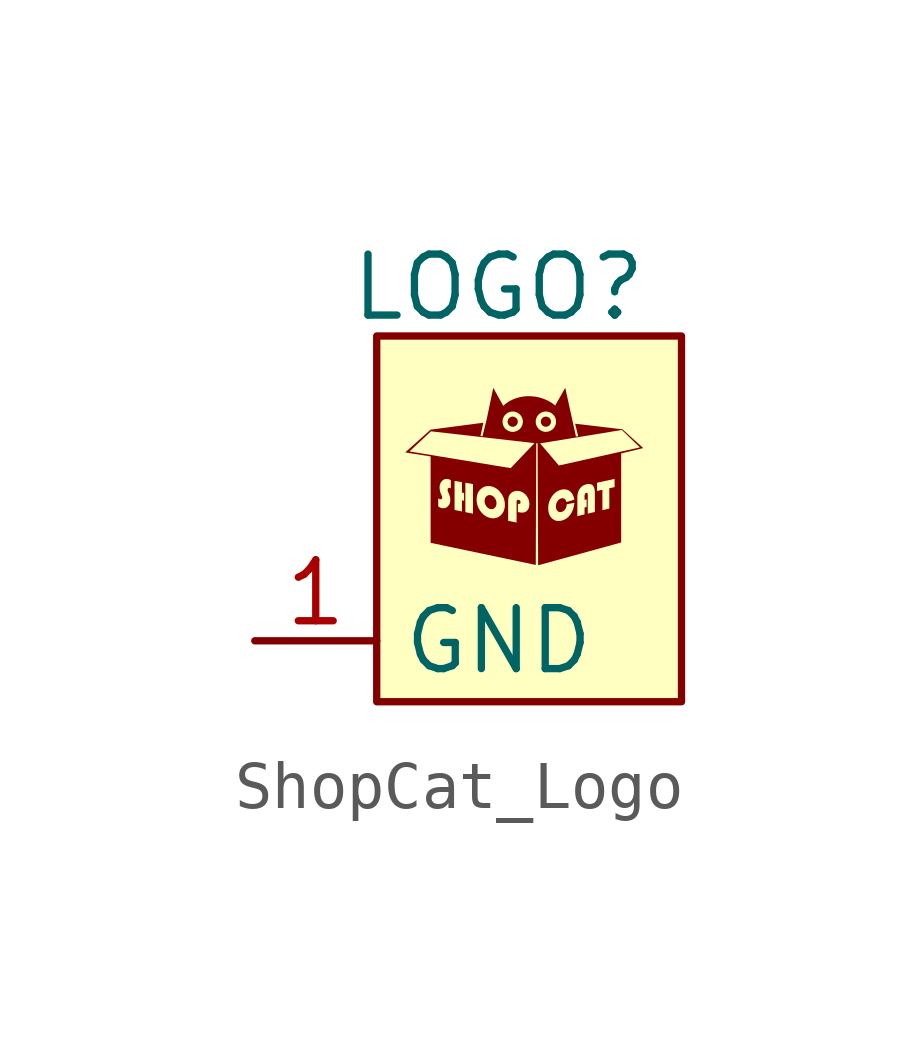
<source format=kicad_sym>
(kicad_symbol_lib
  (version 20241209)
  (generator "kicad_symbol_editor")
  (generator_version "9.0")
  (symbol "ShopCat_Logo"
    (property "Reference" "LOGO"
      (at 2.54 1.016 0)
      (effects (font (size 1.27 1.27))))
    (property "Value" ""
      (at 0 0 0)
      (effects (font (size 1.27 1.27))))
    (symbol "ShopCat_Logo_1_0"
      (polyline (pts (xy 2.358 -3.314) (xy 2.365 -3.315) (xy 2.371 -3.316) (xy 2.377 -3.317) (xy 2.384 -3.319) (xy 2.39 -3.321) (xy 2.396 -3.323) (xy 2.402 -3.325) (xy 2.408 -3.328) (xy 2.413 -3.332) (xy 2.419 -3.335) (xy 2.424 -3.339) (xy 2.43 -3.343) (xy 2.435 -3.347) (xy 2.44 -3.352) (xy 2.445 -3.357) (xy 2.45 -3.362) (xy 2.454 -3.368) (xy 2.459 -3.374) (xy 2.463 -3.38) (xy 2.467 -3.386) (xy 2.471 -3.393) (xy 2.475 -3.399) (xy 2.478 -3.406) (xy 2.481 -3.413) (xy 2.484 -3.419) (xy 2.486 -3.426) (xy 2.488 -3.433) (xy 2.49 -3.44) (xy 2.492 -3.447) (xy 2.493 -3.454) (xy 2.494 -3.462) (xy 2.495 -3.469) (xy 2.495 -3.476) (xy 2.495 -3.484) (xy 2.495 -3.491) (xy 2.495 -3.499) (xy 2.494 -3.506) (xy 2.493 -3.513) (xy 2.492 -3.52) (xy 2.49 -3.526) (xy 2.488 -3.532) (xy 2.486 -3.538) (xy 2.484 -3.545) (xy 2.481 -3.55) (xy 2.478 -3.556) (xy 2.475 -3.561) (xy 2.471 -3.566) (xy 2.467 -3.571) (xy 2.463 -3.576) (xy 2.459 -3.58) (xy 2.454 -3.585) (xy 2.45 -3.589) (xy 2.445 -3.592) (xy 2.44 -3.595) (xy 2.435 -3.598) (xy 2.43 -3.601) (xy 2.424 -3.603) (xy 2.419 -3.604) (xy 2.413 -3.606) (xy 2.408 -3.607) (xy 2.402 -3.608) (xy 2.396 -3.608) (xy 2.39 -3.608) (xy 2.384 -3.608) (xy 2.377 -3.607) (xy 2.371 -3.606) (xy 2.365 -3.604) (xy 2.358 -3.603) (xy 2.353 -3.601) (xy 2.346 -3.599) (xy 2.341 -3.596) (xy 2.335 -3.593) (xy 2.329 -3.59) (xy 2.324 -3.586) (xy 2.318 -3.582) (xy 2.313 -3.578) (xy 2.308 -3.574) (xy 2.303 -3.569) (xy 2.298 -3.564) (xy 2.293 -3.558) (xy 2.289 -3.553) (xy 2.284 -3.547) (xy 2.28 -3.541) (xy 2.276 -3.534) (xy 2.272 -3.528) (xy 2.268 -3.522) (xy 2.265 -3.515) (xy 2.262 -3.508) (xy 2.26 -3.502) (xy 2.257 -3.495) (xy 2.255 -3.488) (xy 2.253 -3.481) (xy 2.252 -3.474) (xy 2.251 -3.467) (xy 2.25 -3.46) (xy 2.249 -3.453) (xy 2.248 -3.445) (xy 2.248 -3.438) (xy 2.248 -3.431) (xy 2.249 -3.424) (xy 2.25 -3.417) (xy 2.251 -3.41) (xy 2.252 -3.403) (xy 2.253 -3.397) (xy 2.255 -3.39) (xy 2.257 -3.384) (xy 2.26 -3.378) (xy 2.262 -3.373) (xy 2.265 -3.367) (xy 2.268 -3.362) (xy 2.272 -3.357) (xy 2.276 -3.352) (xy 2.28 -3.347) (xy 2.284 -3.343) (xy 2.288 -3.338) (xy 2.293 -3.334) (xy 2.298 -3.331) (xy 2.303 -3.328) (xy 2.308 -3.325) (xy 2.313 -3.322) (xy 2.318 -3.32) (xy 2.324 -3.318) (xy 2.329 -3.316) (xy 2.335 -3.315) (xy 2.341 -3.314) (xy 2.346 -3.314) (xy 2.352 -3.314) (xy 2.358 -3.314)) (stroke (width -0.0001) (type solid)) (fill (type outline)))
      (polyline (pts (xy 2.637 -1.456) (xy 2.646 -1.447) (xy 2.671 -1.424) (xy 2.69 -1.409) (xy 2.713 -1.392) (xy 2.74 -1.374) (xy 2.771 -1.355) (xy 2.807 -1.336) (xy 2.846 -1.318) (xy 2.889 -1.301) (xy 2.937 -1.286) (xy 2.989 -1.273) (xy 3.044 -1.263) (xy 3.073 -1.259) (xy 3.103 -1.256) (xy 3.135 -1.254) (xy 3.167 -1.254) (xy 3.199 -1.254) (xy 3.231 -1.256) (xy 3.261 -1.259) (xy 3.291 -1.262) (xy 3.319 -1.267) (xy 3.347 -1.272) (xy 3.374 -1.278) (xy 3.4 -1.284) (xy 3.425 -1.292) (xy 3.449 -1.299) (xy 3.472 -1.307) (xy 3.494 -1.316) (xy 3.516 -1.324) (xy 3.536 -1.333) (xy 3.555 -1.342) (xy 3.573 -1.351) (xy 3.59 -1.361) (xy 3.606 -1.37) (xy 3.635 -1.387) (xy 3.66 -1.404) (xy 3.681 -1.419) (xy 3.697 -1.431) (xy 3.708 -1.441) (xy 3.718 -1.449) (xy 3.928 -1.079) (xy 4.151 -2.094) (xy 4.197 -2.087) (xy 4.133 -1.827) (xy 5.12 -1.944) (xy 5.553 -2.335) (xy 5.093 -2.447) (xy 5.093 -4.302) (xy 3.363 -4.777) (xy 3.357 -3.588) (xy 3.573 -3.588) (xy 3.573 -3.605) (xy 3.574 -3.622) (xy 3.576 -3.638) (xy 3.578 -3.653) (xy 3.581 -3.668) (xy 3.584 -3.683) (xy 3.588 -3.697) (xy 3.593 -3.71) (xy 3.598 -3.723) (xy 3.604 -3.736) (xy 3.611 -3.748) (xy 3.618 -3.759) (xy 3.626 -3.77) (xy 3.634 -3.781) (xy 3.643 -3.791) (xy 3.653 -3.8) (xy 3.663 -3.809) (xy 3.673 -3.817) (xy 3.684 -3.825) (xy 3.695 -3.831) (xy 3.706 -3.837) (xy 3.717 -3.841) (xy 3.729 -3.846) (xy 3.741 -3.849) (xy 3.754 -3.851) (xy 3.766 -3.853) (xy 3.779 -3.854) (xy 3.793 -3.854) (xy 3.806 -3.853) (xy 3.82 -3.852) (xy 3.834 -3.85) (xy 3.849 -3.846) (xy 3.863 -3.843) (xy 3.877 -3.839) (xy 3.89 -3.834) (xy 3.903 -3.829) (xy 3.916 -3.823) (xy 3.928 -3.816) (xy 3.94 -3.809) (xy 3.952 -3.802) (xy 3.963 -3.794) (xy 3.974 -3.785) (xy 3.985 -3.776) (xy 3.995 -3.766) (xy 4.005 -3.756) (xy 4.015 -3.745) (xy 4.024 -3.734) (xy 4.033 -3.722) (xy 4.042 -3.71) (xy 4.05 -3.697) (xy 4.057 -3.684) (xy 4.065 -3.67) (xy 4.072 -3.656) (xy 4.078 -3.642) (xy 4.084 -3.627) (xy 4.09 -3.612) (xy 4.095 -3.596) (xy 4.099 -3.58) (xy 4.104 -3.563) (xy 4.107 -3.547) (xy 4.111 -3.529) (xy 4.114 -3.511) (xy 4.117 -3.493) (xy 4.119 -3.475) (xy 3.959 -3.506) (xy 3.958 -3.514) (xy 3.957 -3.522) (xy 3.956 -3.53) (xy 3.955 -3.537) (xy 3.953 -3.545) (xy 3.952 -3.552) (xy 3.95 -3.559) (xy 3.948 -3.566) (xy 3.945 -3.572) (xy 3.943 -3.579) (xy 3.94 -3.585) (xy 3.938 -3.591) (xy 3.935 -3.596) (xy 3.932 -3.602) (xy 3.928 -3.608) (xy 3.925 -3.613) (xy 3.921 -3.618) (xy 3.917 -3.623) (xy 3.913 -3.627) (xy 3.909 -3.632) (xy 3.905 -3.636) (xy 3.9 -3.64) (xy 3.895 -3.643) (xy 3.89 -3.647) (xy 3.886 -3.65) (xy 3.88 -3.653) (xy 3.875 -3.655) (xy 3.87 -3.658) (xy 3.864 -3.66) (xy 3.858 -3.662) (xy 3.853 -3.664) (xy 3.846 -3.666) (xy 3.84 -3.667) (xy 3.834 -3.668) (xy 3.829 -3.668) (xy 3.823 -3.668) (xy 3.818 -3.668) (xy 3.812 -3.668) (xy 3.807 -3.667) (xy 3.802 -3.666) (xy 3.797 -3.664) (xy 3.792 -3.663) (xy 3.788 -3.66) (xy 3.783 -3.658) (xy 3.779 -3.655) (xy 3.774 -3.652) (xy 3.77 -3.648) (xy 3.766 -3.645) (xy 3.762 -3.64) (xy 3.759 -3.636) (xy 3.755 -3.631) (xy 3.752 -3.627) (xy 3.749 -3.622) (xy 3.747 -3.616) (xy 3.744 -3.611) (xy 3.742 -3.605) (xy 3.74 -3.599) (xy 3.739 -3.593) (xy 3.737 -3.587) (xy 3.736 -3.58) (xy 3.735 -3.573) (xy 3.735 -3.566) (xy 3.734 -3.559) (xy 3.734 -3.552) (xy 3.734 -3.544) (xy 3.735 -3.536) (xy 3.735 -3.529) (xy 3.736 -3.521) (xy 3.737 -3.514) (xy 3.739 -3.507) (xy 3.74 -3.5) (xy 3.742 -3.493) (xy 3.744 -3.486) (xy 3.747 -3.479) (xy 3.749 -3.472) (xy 3.752 -3.466) (xy 3.756 -3.459) (xy 3.759 -3.453) (xy 3.763 -3.447) (xy 3.767 -3.441) (xy 3.771 -3.435) (xy 3.775 -3.429) (xy 3.779 -3.424) (xy 3.784 -3.419) (xy 3.789 -3.415) (xy 3.793 -3.41) (xy 3.798 -3.406) (xy 3.803 -3.402) (xy 3.809 -3.399) (xy 3.814 -3.396) (xy 3.819 -3.393) (xy 3.825 -3.39) (xy 3.831 -3.388) (xy 3.837 -3.385) (xy 3.843 -3.384) (xy 3.849 -3.382) (xy 3.853 -3.381) (xy 3.858 -3.38) (xy 3.863 -3.38) (xy 3.867 -3.38) (xy 3.872 -3.38) (xy 3.876 -3.38) (xy 3.88 -3.38) (xy 3.884 -3.381) (xy 3.888 -3.381) (xy 3.892 -3.382) (xy 3.896 -3.384) (xy 3.9 -3.385) (xy 3.904 -3.387) (xy 3.907 -3.389) (xy 3.91 -3.391) (xy 3.914 -3.393) (xy 3.917 -3.395) (xy 3.92 -3.398) (xy 3.923 -3.401) (xy 3.926 -3.404) (xy 3.929 -3.408) (xy 3.932 -3.411) (xy 3.934 -3.415) (xy 3.937 -3.419) (xy 3.939 -3.423) (xy 3.942 -3.428) (xy 3.944 -3.433) (xy 3.946 -3.438) (xy 3.95 -3.448) (xy 3.954 -3.459) (xy 4.118 -3.41) (xy 4.115 -3.397) (xy 4.112 -3.384) (xy 4.108 -3.371) (xy 4.107 -3.366) (xy 4.18 -3.366) (xy 4.18 -3.753) (xy 4.33 -3.717) (xy 4.33 -3.573) (xy 4.373 -3.563) (xy 4.373 -3.404) (xy 4.33 -3.414) (xy 4.33 -3.339) (xy 4.33 -3.335) (xy 4.33 -3.331) (xy 4.331 -3.327) (xy 4.331 -3.324) (xy 4.331 -3.32) (xy 4.332 -3.317) (xy 4.332 -3.314) (xy 4.333 -3.311) (xy 4.333 -3.308) (xy 4.334 -3.305) (xy 4.335 -3.302) (xy 4.335 -3.299) (xy 4.336 -3.297) (xy 4.337 -3.294) (xy 4.338 -3.292) (xy 4.339 -3.289) (xy 4.34 -3.287) (xy 4.341 -3.285) (xy 4.343 -3.283) (xy 4.344 -3.281) (xy 4.345 -3.28) (xy 4.347 -3.278) (xy 4.348 -3.277) (xy 4.35 -3.275) (xy 4.352 -3.274) (xy 4.354 -3.273) (xy 4.355 -3.272) (xy 4.357 -3.271) (xy 4.359 -3.27) (xy 4.361 -3.269) (xy 4.363 -3.268) (xy 4.365 -3.268) (xy 4.366 -3.268) (xy 4.367 -3.268) (xy 4.369 -3.267) (xy 4.37 -3.267) (xy 4.371 -3.267) (xy 4.372 -3.267) (xy 4.373 -3.267) (xy 4.374 -3.267) (xy 4.375 -3.267) (xy 4.375 -3.267) (xy 4.376 -3.267) (xy 4.377 -3.267) (xy 4.378 -3.267) (xy 4.379 -3.268) (xy 4.38 -3.268) (xy 4.38 -3.268) (xy 4.381 -3.268) (xy 4.382 -3.269) (xy 4.383 -3.269) (xy 4.383 -3.269) (xy 4.384 -3.27) (xy 4.385 -3.27) (xy 4.386 -3.271) (xy 4.386 -3.271) (xy 4.387 -3.272) (xy 4.387 -3.272) (xy 4.388 -3.273) (xy 4.388 -3.273) (xy 4.389 -3.274) (xy 4.389 -3.275) (xy 4.39 -3.275) (xy 4.39 -3.276) (xy 4.391 -3.278) (xy 4.392 -3.28) (xy 4.393 -3.281) (xy 4.393 -3.284) (xy 4.394 -3.286) (xy 4.394 -3.288) (xy 4.395 -3.291) (xy 4.396 -3.294) (xy 4.396 -3.3) (xy 4.397 -3.307) (xy 4.397 -3.315) (xy 4.397 -3.324) (xy 4.397 -3.701) (xy 4.545 -3.666) (xy 4.545 -3.666) (xy 4.545 -3.279) (xy 4.545 -3.264) (xy 4.545 -3.251) (xy 4.544 -3.238) (xy 4.543 -3.225) (xy 4.541 -3.213) (xy 4.539 -3.202) (xy 4.537 -3.191) (xy 4.535 -3.18) (xy 4.532 -3.17) (xy 4.529 -3.161) (xy 4.526 -3.152) (xy 4.522 -3.144) (xy 4.518 -3.136) (xy 4.513 -3.129) (xy 4.509 -3.122) (xy 4.503 -3.116) (xy 4.498 -3.111) (xy 4.492 -3.106) (xy 4.486 -3.101) (xy 4.48 -3.097) (xy 4.473 -3.094) (xy 4.466 -3.091) (xy 4.458 -3.088) (xy 4.45 -3.086) (xy 4.442 -3.085) (xy 4.433 -3.084) (xy 4.424 -3.083) (xy 4.415 -3.083) (xy 4.405 -3.084) (xy 4.395 -3.085) (xy 4.385 -3.086) (xy 4.374 -3.088) (xy 4.362 -3.091) (xy 4.351 -3.094) (xy 4.341 -3.098) (xy 4.33 -3.102) (xy 4.321 -3.106) (xy 4.311 -3.111) (xy 4.301 -3.116) (xy 4.292 -3.122) (xy 4.284 -3.127) (xy 4.275 -3.134) (xy 4.267 -3.141) (xy 4.259 -3.148) (xy 4.252 -3.156) (xy 4.245 -3.164) (xy 4.238 -3.172) (xy 4.231 -3.181) (xy 4.225 -3.19) (xy 4.219 -3.2) (xy 4.214 -3.21) (xy 4.209 -3.22) (xy 4.204 -3.231) (xy 4.2 -3.241) (xy 4.196 -3.252) (xy 4.193 -3.264) (xy 4.19 -3.276) (xy 4.187 -3.288) (xy 4.185 -3.3) (xy 4.183 -3.313) (xy 4.182 -3.326) (xy 4.181 -3.339) (xy 4.18 -3.353) (xy 4.18 -3.366) (xy 4.107 -3.366) (xy 4.105 -3.359) (xy 4.101 -3.348) (xy 4.097 -3.337) (xy 4.093 -3.326) (xy 4.088 -3.316) (xy 4.083 -3.306) (xy 4.079 -3.297) (xy 4.073 -3.288) (xy 4.068 -3.28) (xy 4.062 -3.272) (xy 4.056 -3.264) (xy 4.05 -3.257) (xy 4.043 -3.251) (xy 4.034 -3.242) (xy 4.024 -3.233) (xy 4.013 -3.226) (xy 4.003 -3.219) (xy 3.992 -3.213) (xy 3.981 -3.208) (xy 3.969 -3.204) (xy 3.958 -3.201) (xy 3.946 -3.198) (xy 3.933 -3.196) (xy 3.921 -3.195) (xy 3.908 -3.194) (xy 3.894 -3.195) (xy 3.881 -3.196) (xy 3.867 -3.198) (xy 3.853 -3.2) (xy 3.838 -3.204) (xy 3.824 -3.208) (xy 3.81 -3.213) (xy 3.796 -3.218) (xy 3.783 -3.224) (xy 3.77 -3.231) (xy 3.757 -3.239) (xy 3.744 -3.247) (xy 3.732 -3.256) (xy 3.72 -3.265) (xy 3.708 -3.276) (xy 3.697 -3.287) (xy 3.686 -3.298) (xy 3.675 -3.311) (xy 3.664 -3.324) (xy 3.654 -3.337) (xy 3.644 -3.351) (xy 3.635 -3.366) (xy 3.627 -3.38) (xy 3.619 -3.395) (xy 3.611 -3.41) (xy 3.605 -3.425) (xy 3.599 -3.44) (xy 3.593 -3.456) (xy 3.588 -3.472) (xy 3.584 -3.488) (xy 3.581 -3.504) (xy 3.578 -3.52) (xy 3.576 -3.537) (xy 3.574 -3.554) (xy 3.573 -3.571) (xy 3.573 -3.588) (xy 3.357 -3.588) (xy 3.355 -3.057) (xy 4.59 -3.057) (xy 4.59 -3.229) (xy 4.702 -3.204) (xy 4.702 -3.629) (xy 4.846 -3.595) (xy 4.846 -3.172) (xy 4.956 -3.148) (xy 4.956 -2.978) (xy 4.59 -3.057) (xy 3.355 -3.057) (xy 3.352 -2.237) (xy 3.404 -2.237) (xy 3.795 -2.698) (xy 5.483 -2.321) (xy 5.107 -1.958) (xy 3.404 -2.237) (xy 3.352 -2.237) (xy 3.352 -2.235) (xy 3.323 -2.235) (xy 3.314 -4.77) (xy 1.123 -4.309) (xy 1.123 -3.67) (xy 1.847 -3.67) (xy 2.006 -3.702) (xy 2.006 -3.407) (xy 2.081 -3.407) (xy 2.082 -3.424) (xy 2.083 -3.44) (xy 2.084 -3.457) (xy 2.087 -3.473) (xy 2.09 -3.489) (xy 2.093 -3.505) (xy 2.097 -3.521) (xy 2.102 -3.536) (xy 2.108 -3.552) (xy 2.114 -3.567) (xy 2.121 -3.582) (xy 2.128 -3.597) (xy 2.137 -3.611) (xy 2.146 -3.626) (xy 2.155 -3.64) (xy 2.165 -3.654) (xy 2.176 -3.668) (xy 2.187 -3.681) (xy 2.198 -3.693) (xy 2.21 -3.705) (xy 2.222 -3.716) (xy 2.234 -3.727) (xy 2.246 -3.736) (xy 2.259 -3.745) (xy 2.272 -3.753) (xy 2.285 -3.761) (xy 2.299 -3.768) (xy 2.313 -3.774) (xy 2.327 -3.78) (xy 2.341 -3.784) (xy 2.356 -3.788) (xy 2.371 -3.792) (xy 2.386 -3.795) (xy 2.401 -3.797) (xy 2.416 -3.798) (xy 2.43 -3.798) (xy 2.445 -3.797) (xy 2.458 -3.796) (xy 2.472 -3.794) (xy 2.485 -3.791) (xy 2.498 -3.787) (xy 2.511 -3.782) (xy 2.523 -3.777) (xy 2.536 -3.771) (xy 2.548 -3.764) (xy 2.559 -3.756) (xy 2.571 -3.747) (xy 2.582 -3.737) (xy 2.592 -3.727) (xy 2.602 -3.716) (xy 2.612 -3.705) (xy 2.62 -3.693) (xy 2.628 -3.681) (xy 2.635 -3.668) (xy 2.642 -3.655) (xy 2.648 -3.642) (xy 2.653 -3.628) (xy 2.657 -3.613) (xy 2.661 -3.598) (xy 2.664 -3.583) (xy 2.667 -3.567) (xy 2.668 -3.551) (xy 2.669 -3.534) (xy 2.67 -3.516) (xy 2.669 -3.499) (xy 2.668 -3.482) (xy 2.667 -3.466) (xy 2.664 -3.451) (xy 2.739 -3.451) (xy 2.739 -3.851) (xy 2.914 -3.886) (xy 2.914 -3.462) (xy 2.914 -3.459) (xy 2.914 -3.456) (xy 2.914 -3.453) (xy 2.914 -3.45) (xy 2.915 -3.447) (xy 2.915 -3.444) (xy 2.916 -3.441) (xy 2.916 -3.438) (xy 2.917 -3.436) (xy 2.918 -3.434) (xy 2.918 -3.432) (xy 2.919 -3.429) (xy 2.92 -3.428) (xy 2.921 -3.426) (xy 2.923 -3.424) (xy 2.924 -3.422) (xy 2.925 -3.421) (xy 2.927 -3.42) (xy 2.928 -3.418) (xy 2.93 -3.417) (xy 2.931 -3.416) (xy 2.933 -3.415) (xy 2.935 -3.415) (xy 2.937 -3.414) (xy 2.939 -3.414) (xy 2.941 -3.413) (xy 2.943 -3.413) (xy 2.945 -3.413) (xy 2.947 -3.413) (xy 2.95 -3.413) (xy 2.952 -3.413) (xy 2.955 -3.414) (xy 2.96 -3.415) (xy 2.965 -3.416) (xy 2.967 -3.417) (xy 2.969 -3.418) (xy 2.971 -3.419) (xy 2.973 -3.42) (xy 2.975 -3.421) (xy 2.977 -3.422) (xy 2.978 -3.423) (xy 2.98 -3.424) (xy 2.982 -3.425) (xy 2.983 -3.427) (xy 2.984 -3.428) (xy 2.986 -3.43) (xy 2.987 -3.431) (xy 2.988 -3.433) (xy 2.989 -3.434) (xy 2.99 -3.436) (xy 2.991 -3.438) (xy 2.992 -3.44) (xy 2.993 -3.442) (xy 2.993 -3.444) (xy 2.994 -3.446) (xy 2.995 -3.448) (xy 2.995 -3.45) (xy 2.995 -3.453) (xy 2.996 -3.457) (xy 2.996 -3.462) (xy 2.996 -3.465) (xy 2.996 -3.468) (xy 2.995 -3.47) (xy 2.995 -3.473) (xy 2.995 -3.475) (xy 2.994 -3.477) (xy 2.993 -3.479) (xy 2.993 -3.481) (xy 2.992 -3.483) (xy 2.991 -3.485) (xy 2.99 -3.487) (xy 2.988 -3.488) (xy 2.987 -3.49) (xy 2.986 -3.491) (xy 2.984 -3.492) (xy 2.983 -3.493) (xy 2.981 -3.494) (xy 2.979 -3.495) (xy 2.977 -3.496) (xy 2.975 -3.497) (xy 2.973 -3.498) (xy 2.971 -3.498) (xy 2.968 -3.498) (xy 2.966 -3.499) (xy 2.963 -3.499) (xy 2.961 -3.499) (xy 2.955 -3.499) (xy 2.949 -3.498) (xy 2.942 -3.497) (xy 2.942 -3.668) (xy 2.969 -3.673) (xy 2.982 -3.675) (xy 2.994 -3.677) (xy 3.006 -3.678) (xy 3.017 -3.679) (xy 3.028 -3.679) (xy 3.039 -3.679) (xy 3.049 -3.678) (xy 3.059 -3.677) (xy 3.069 -3.675) (xy 3.078 -3.672) (xy 3.086 -3.67) (xy 3.094 -3.666) (xy 3.102 -3.662) (xy 3.11 -3.658) (xy 3.117 -3.653) (xy 3.123 -3.647) (xy 3.13 -3.641) (xy 3.137 -3.634) (xy 3.143 -3.627) (xy 3.148 -3.62) (xy 3.153 -3.612) (xy 3.158 -3.604) (xy 3.162 -3.595) (xy 3.166 -3.586) (xy 3.169 -3.577) (xy 3.172 -3.567) (xy 3.174 -3.557) (xy 3.176 -3.547) (xy 3.178 -3.536) (xy 3.179 -3.525) (xy 3.18 -3.513) (xy 3.18 -3.501) (xy 3.18 -3.489) (xy 3.179 -3.477) (xy 3.178 -3.465) (xy 3.176 -3.453) (xy 3.174 -3.441) (xy 3.171 -3.429) (xy 3.168 -3.418) (xy 3.164 -3.407) (xy 3.16 -3.396) (xy 3.155 -3.385) (xy 3.15 -3.374) (xy 3.144 -3.364) (xy 3.138 -3.353) (xy 3.132 -3.343) (xy 3.124 -3.333) (xy 3.117 -3.323) (xy 3.109 -3.314) (xy 3.101 -3.305) (xy 3.092 -3.296) (xy 3.084 -3.288) (xy 3.075 -3.281) (xy 3.066 -3.274) (xy 3.057 -3.267) (xy 3.047 -3.261) (xy 3.037 -3.256) (xy 3.027 -3.25) (xy 3.017 -3.246) (xy 3.007 -3.242) (xy 2.996 -3.238) (xy 2.986 -3.235) (xy 2.974 -3.232) (xy 2.963 -3.23) (xy 2.957 -3.229) (xy 2.951 -3.228) (xy 2.945 -3.228) (xy 2.938 -3.227) (xy 2.932 -3.227) (xy 2.926 -3.227) (xy 2.92 -3.227) (xy 2.914 -3.227) (xy 2.908 -3.228) (xy 2.902 -3.228) (xy 2.896 -3.229) (xy 2.89 -3.23) (xy 2.884 -3.231) (xy 2.878 -3.233) (xy 2.872 -3.234) (xy 2.866 -3.236) (xy 2.861 -3.238) (xy 2.855 -3.24) (xy 2.849 -3.242) (xy 2.844 -3.244) (xy 2.839 -3.247) (xy 2.834 -3.249) (xy 2.829 -3.252) (xy 2.824 -3.255) (xy 2.819 -3.258) (xy 2.814 -3.261) (xy 2.81 -3.264) (xy 2.805 -3.268) (xy 2.801 -3.272) (xy 2.797 -3.275) (xy 2.793 -3.279) (xy 2.789 -3.283) (xy 2.786 -3.287) (xy 2.782 -3.291) (xy 2.779 -3.295) (xy 2.776 -3.299) (xy 2.773 -3.303) (xy 2.771 -3.307) (xy 2.768 -3.311) (xy 2.766 -3.315) (xy 2.763 -3.319) (xy 2.761 -3.324) (xy 2.759 -3.328) (xy 2.757 -3.332) (xy 2.755 -3.337) (xy 2.753 -3.341) (xy 2.752 -3.346) (xy 2.75 -3.351) (xy 2.748 -3.361) (xy 2.745 -3.371) (xy 2.743 -3.382) (xy 2.742 -3.395) (xy 2.74 -3.408) (xy 2.74 -3.421) (xy 2.739 -3.436) (xy 2.739 -3.451) (xy 2.664 -3.451) (xy 2.664 -3.449) (xy 2.661 -3.433) (xy 2.657 -3.416) (xy 2.653 -3.4) (xy 2.648 -3.384) (xy 2.642 -3.369) (xy 2.636 -3.353) (xy 2.628 -3.338) (xy 2.621 -3.323) (xy 2.612 -3.308) (xy 2.603 -3.293) (xy 2.593 -3.279) (xy 2.582 -3.264) (xy 2.571 -3.251) (xy 2.56 -3.237) (xy 2.549 -3.225) (xy 2.537 -3.213) (xy 2.525 -3.203) (xy 2.513 -3.192) (xy 2.5 -3.183) (xy 2.487 -3.174) (xy 2.474 -3.166) (xy 2.461 -3.159) (xy 2.447 -3.153) (xy 2.434 -3.147) (xy 2.42 -3.142) (xy 2.405 -3.138) (xy 2.391 -3.134) (xy 2.376 -3.131) (xy 2.36 -3.129) (xy 2.345 -3.127) (xy 2.33 -3.127) (xy 2.316 -3.127) (xy 2.302 -3.128) (xy 2.288 -3.13) (xy 2.274 -3.132) (xy 2.261 -3.135) (xy 2.248 -3.139) (xy 2.235 -3.144) (xy 2.223 -3.15) (xy 2.211 -3.157) (xy 2.199 -3.164) (xy 2.188 -3.172) (xy 2.177 -3.181) (xy 2.166 -3.191) (xy 2.156 -3.201) (xy 2.146 -3.211) (xy 2.137 -3.223) (xy 2.129 -3.234) (xy 2.121 -3.246) (xy 2.114 -3.259) (xy 2.108 -3.271) (xy 2.103 -3.285) (xy 2.098 -3.298) (xy 2.093 -3.312) (xy 2.09 -3.327) (xy 2.087 -3.342) (xy 2.084 -3.358) (xy 2.083 -3.374) (xy 2.082 -3.39) (xy 2.081 -3.407) (xy 2.006 -3.407) (xy 2.006 -3.084) (xy 1.847 -3.057) (xy 1.847 -3.67) (xy 1.123 -3.67) (xy 1.123 -3.624) (xy 1.622 -3.624) (xy 1.776 -3.656) (xy 1.776 -3.424) (xy 1.82 -3.433) (xy 1.82 -3.271) (xy 1.776 -3.263) (xy 1.776 -3.045) (xy 1.622 -3.019) (xy 1.622 -3.624) (xy 1.123 -3.624) (xy 1.123 -3.379) (xy 1.282 -3.379) (xy 1.282 -3.55) (xy 1.286 -3.554) (xy 1.29 -3.557) (xy 1.295 -3.56) (xy 1.299 -3.563) (xy 1.303 -3.565) (xy 1.308 -3.568) (xy 1.312 -3.57) (xy 1.317 -3.572) (xy 1.321 -3.574) (xy 1.326 -3.576) (xy 1.33 -3.578) (xy 1.335 -3.58) (xy 1.339 -3.581) (xy 1.343 -3.582) (xy 1.348 -3.583) (xy 1.352 -3.584) (xy 1.362 -3.586) (xy 1.371 -3.587) (xy 1.38 -3.588) (xy 1.389 -3.588) (xy 1.397 -3.588) (xy 1.406 -3.587) (xy 1.414 -3.585) (xy 1.422 -3.583) (xy 1.43 -3.581) (xy 1.438 -3.578) (xy 1.445 -3.575) (xy 1.452 -3.571) (xy 1.46 -3.566) (xy 1.467 -3.561) (xy 1.474 -3.556) (xy 1.48 -3.55) (xy 1.487 -3.543) (xy 1.493 -3.537) (xy 1.498 -3.53) (xy 1.503 -3.522) (xy 1.508 -3.515) (xy 1.512 -3.507) (xy 1.516 -3.499) (xy 1.52 -3.49) (xy 1.523 -3.481) (xy 1.526 -3.472) (xy 1.528 -3.463) (xy 1.53 -3.453) (xy 1.531 -3.443) (xy 1.532 -3.433) (xy 1.533 -3.422) (xy 1.533 -3.412) (xy 1.533 -3.404) (xy 1.533 -3.397) (xy 1.532 -3.389) (xy 1.531 -3.381) (xy 1.53 -3.373) (xy 1.529 -3.365) (xy 1.527 -3.357) (xy 1.525 -3.349) (xy 1.523 -3.341) (xy 1.521 -3.333) (xy 1.518 -3.324) (xy 1.515 -3.316) (xy 1.512 -3.307) (xy 1.509 -3.299) (xy 1.506 -3.29) (xy 1.502 -3.281) (xy 1.49 -3.255) (xy 1.488 -3.252) (xy 1.487 -3.248) (xy 1.486 -3.244) (xy 1.484 -3.241) (xy 1.483 -3.238) (xy 1.482 -3.235) (xy 1.481 -3.231) (xy 1.48 -3.228) (xy 1.479 -3.225) (xy 1.479 -3.222) (xy 1.478 -3.22) (xy 1.478 -3.217) (xy 1.477 -3.214) (xy 1.477 -3.212) (xy 1.477 -3.209) (xy 1.477 -3.207) (xy 1.477 -3.205) (xy 1.477 -3.202) (xy 1.477 -3.2) (xy 1.478 -3.197) (xy 1.478 -3.195) (xy 1.478 -3.192) (xy 1.479 -3.19) (xy 1.48 -3.188) (xy 1.481 -3.186) (xy 1.482 -3.184) (xy 1.482 -3.182) (xy 1.484 -3.18) (xy 1.485 -3.178) (xy 1.486 -3.177) (xy 1.488 -3.175) (xy 1.489 -3.173) (xy 1.49 -3.172) (xy 1.492 -3.17) (xy 1.494 -3.169) (xy 1.495 -3.168) (xy 1.497 -3.167) (xy 1.499 -3.166) (xy 1.501 -3.165) (xy 1.502 -3.164) (xy 1.504 -3.164) (xy 1.506 -3.163) (xy 1.508 -3.163) (xy 1.51 -3.163) (xy 1.512 -3.163) (xy 1.514 -3.163) (xy 1.516 -3.163) (xy 1.518 -3.164) (xy 1.52 -3.164) (xy 1.521 -3.164) (xy 1.522 -3.164) (xy 1.523 -3.165) (xy 1.526 -3.166) (xy 1.529 -3.167) (xy 1.533 -3.169) (xy 1.536 -3.171) (xy 1.54 -3.172) (xy 1.544 -3.175) (xy 1.544 -3.003) (xy 1.54 -3.001) (xy 1.536 -2.999) (xy 1.533 -2.997) (xy 1.529 -2.995) (xy 1.525 -2.993) (xy 1.521 -2.992) (xy 1.517 -2.99) (xy 1.513 -2.989) (xy 1.51 -2.987) (xy 1.506 -2.986) (xy 1.502 -2.985) (xy 1.498 -2.984) (xy 1.494 -2.983) (xy 1.49 -2.982) (xy 1.486 -2.981) (xy 1.482 -2.98) (xy 1.474 -2.979) (xy 1.465 -2.978) (xy 1.456 -2.978) (xy 1.448 -2.978) (xy 1.44 -2.979) (xy 1.432 -2.98) (xy 1.424 -2.982) (xy 1.416 -2.984) (xy 1.409 -2.987) (xy 1.401 -2.99) (xy 1.394 -2.994) (xy 1.387 -2.998) (xy 1.38 -3.003) (xy 1.374 -3.009) (xy 1.367 -3.014) (xy 1.361 -3.021) (xy 1.355 -3.027) (xy 1.349 -3.034) (xy 1.344 -3.041) (xy 1.339 -3.049) (xy 1.334 -3.056) (xy 1.33 -3.064) (xy 1.326 -3.072) (xy 1.323 -3.081) (xy 1.32 -3.09) (xy 1.317 -3.098) (xy 1.315 -3.107) (xy 1.313 -3.117) (xy 1.312 -3.127) (xy 1.311 -3.136) (xy 1.31 -3.147) (xy 1.31 -3.157) (xy 1.31 -3.166) (xy 1.311 -3.175) (xy 1.312 -3.183) (xy 1.312 -3.192) (xy 1.314 -3.201) (xy 1.315 -3.21) (xy 1.317 -3.219) (xy 1.319 -3.228) (xy 1.321 -3.237) (xy 1.323 -3.247) (xy 1.326 -3.256) (xy 1.329 -3.265) (xy 1.332 -3.275) (xy 1.336 -3.284) (xy 1.34 -3.293) (xy 1.344 -3.303) (xy 1.349 -3.314) (xy 1.353 -3.325) (xy 1.356 -3.334) (xy 1.358 -3.338) (xy 1.359 -3.342) (xy 1.361 -3.346) (xy 1.362 -3.349) (xy 1.363 -3.352) (xy 1.363 -3.355) (xy 1.364 -3.358) (xy 1.364 -3.36) (xy 1.365 -3.362) (xy 1.365 -3.364) (xy 1.365 -3.366) (xy 1.364 -3.369) (xy 1.364 -3.371) (xy 1.364 -3.373) (xy 1.363 -3.376) (xy 1.363 -3.378) (xy 1.362 -3.38) (xy 1.361 -3.382) (xy 1.361 -3.384) (xy 1.359 -3.385) (xy 1.358 -3.387) (xy 1.357 -3.389) (xy 1.356 -3.39) (xy 1.355 -3.392) (xy 1.353 -3.393) (xy 1.351 -3.395) (xy 1.35 -3.396) (xy 1.348 -3.397) (xy 1.346 -3.398) (xy 1.345 -3.399) (xy 1.343 -3.4) (xy 1.341 -3.401) (xy 1.339 -3.402) (xy 1.337 -3.402) (xy 1.335 -3.402) (xy 1.333 -3.403) (xy 1.331 -3.403) (xy 1.328 -3.403) (xy 1.326 -3.403) (xy 1.324 -3.403) (xy 1.321 -3.402) (xy 1.319 -3.402) (xy 1.317 -3.401) (xy 1.315 -3.401) (xy 1.313 -3.4) (xy 1.311 -3.399) (xy 1.308 -3.398) (xy 1.306 -3.397) (xy 1.304 -3.396) (xy 1.302 -3.394) (xy 1.299 -3.393) (xy 1.297 -3.391) (xy 1.294 -3.389) (xy 1.292 -3.388) (xy 1.289 -3.385) (xy 1.287 -3.383) (xy 1.284 -3.381) (xy 1.282 -3.379) (xy 1.123 -3.379) (xy 1.123 -2.509) (xy 0.593 -2.426) (xy 0.616 -2.405) (xy 0.684 -2.405) (xy 2.791 -2.753) (xy 3.287 -2.232) (xy 1.13 -1.986) (xy 0.684 -2.405) (xy 0.616 -2.405) (xy 1.123 -1.951) (xy 2.221 -1.807) (xy 2.163 -2.084) (xy 2.204 -2.087) (xy 2.279 -1.785) (xy 2.622 -1.785) (xy 2.622 -1.796) (xy 2.623 -1.807) (xy 2.624 -1.817) (xy 2.626 -1.828) (xy 2.628 -1.838) (xy 2.631 -1.848) (xy 2.634 -1.858) (xy 2.638 -1.868) (xy 2.642 -1.877) (xy 2.647 -1.886) (xy 2.652 -1.895) (xy 2.658 -1.904) (xy 2.663 -1.912) (xy 2.67 -1.92) (xy 2.676 -1.927) (xy 2.683 -1.935) (xy 2.691 -1.942) (xy 2.699 -1.949) (xy 2.707 -1.955) (xy 2.715 -1.961) (xy 2.723 -1.966) (xy 2.732 -1.971) (xy 2.741 -1.976) (xy 2.751 -1.98) (xy 2.76 -1.984) (xy 2.77 -1.987) (xy 2.78 -1.99) (xy 2.79 -1.993) (xy 2.801 -1.994) (xy 2.812 -1.996) (xy 2.822 -1.997) (xy 2.833 -1.997) (xy 2.844 -1.997) (xy 2.855 -1.996) (xy 2.865 -1.994) (xy 2.876 -1.993) (xy 2.886 -1.99) (xy 2.896 -1.987) (xy 2.906 -1.984) (xy 2.916 -1.98) (xy 2.925 -1.976) (xy 2.934 -1.971) (xy 2.943 -1.966) (xy 2.951 -1.961) (xy 2.96 -1.955) (xy 2.968 -1.948) (xy 2.975 -1.942) (xy 2.983 -1.935) (xy 2.99 -1.927) (xy 2.996 -1.92) (xy 3.003 -1.912) (xy 3.009 -1.904) (xy 3.014 -1.895) (xy 3.019 -1.886) (xy 3.024 -1.877) (xy 3.028 -1.868) (xy 3.032 -1.858) (xy 3.035 -1.848) (xy 3.038 -1.838) (xy 3.04 -1.828) (xy 3.042 -1.817) (xy 3.044 -1.807) (xy 3.045 -1.796) (xy 3.045 -1.785) (xy 3.045 -1.785) (xy 3.313 -1.785) (xy 3.313 -1.796) (xy 3.314 -1.807) (xy 3.315 -1.817) (xy 3.317 -1.828) (xy 3.32 -1.838) (xy 3.322 -1.848) (xy 3.326 -1.858) (xy 3.33 -1.867) (xy 3.334 -1.877) (xy 3.338 -1.886) (xy 3.344 -1.895) (xy 3.349 -1.903) (xy 3.355 -1.912) (xy 3.361 -1.92) (xy 3.368 -1.927) (xy 3.375 -1.935) (xy 3.382 -1.942) (xy 3.39 -1.948) (xy 3.398 -1.954) (xy 3.406 -1.96) (xy 3.415 -1.966) (xy 3.424 -1.971) (xy 3.433 -1.976) (xy 3.442 -1.98) (xy 3.452 -1.984) (xy 3.462 -1.987) (xy 3.472 -1.99) (xy 3.482 -1.992) (xy 3.492 -1.994) (xy 3.503 -1.996) (xy 3.514 -1.996) (xy 3.525 -1.997) (xy 3.535 -1.996) (xy 3.546 -1.996) (xy 3.557 -1.994) (xy 3.567 -1.992) (xy 3.578 -1.99) (xy 3.588 -1.987) (xy 3.597 -1.984) (xy 3.607 -1.98) (xy 3.616 -1.976) (xy 3.626 -1.971) (xy 3.634 -1.966) (xy 3.643 -1.96) (xy 3.651 -1.954) (xy 3.659 -1.948) (xy 3.667 -1.942) (xy 3.674 -1.935) (xy 3.681 -1.927) (xy 3.688 -1.92) (xy 3.694 -1.912) (xy 3.7 -1.903) (xy 3.706 -1.895) (xy 3.711 -1.886) (xy 3.715 -1.877) (xy 3.72 -1.867) (xy 3.723 -1.858) (xy 3.727 -1.848) (xy 3.73 -1.838) (xy 3.732 -1.828) (xy 3.734 -1.817) (xy 3.735 -1.807) (xy 3.736 -1.796) (xy 3.736 -1.785) (xy 3.736 -1.774) (xy 3.735 -1.763) (xy 3.734 -1.753) (xy 3.732 -1.742) (xy 3.73 -1.732) (xy 3.727 -1.722) (xy 3.723 -1.712) (xy 3.72 -1.703) (xy 3.715 -1.693) (xy 3.711 -1.684) (xy 3.706 -1.675) (xy 3.7 -1.667) (xy 3.694 -1.658) (xy 3.688 -1.65) (xy 3.681 -1.643) (xy 3.674 -1.635) (xy 3.667 -1.628) (xy 3.659 -1.622) (xy 3.651 -1.615) (xy 3.643 -1.609) (xy 3.634 -1.604) (xy 3.626 -1.599) (xy 3.616 -1.594) (xy 3.607 -1.59) (xy 3.597 -1.586) (xy 3.588 -1.583) (xy 3.578 -1.58) (xy 3.567 -1.578) (xy 3.557 -1.576) (xy 3.546 -1.574) (xy 3.535 -1.574) (xy 3.525 -1.573) (xy 3.514 -1.574) (xy 3.503 -1.574) (xy 3.492 -1.576) (xy 3.482 -1.578) (xy 3.472 -1.58) (xy 3.462 -1.583) (xy 3.452 -1.586) (xy 3.442 -1.59) (xy 3.433 -1.594) (xy 3.424 -1.599) (xy 3.415 -1.604) (xy 3.406 -1.609) (xy 3.398 -1.615) (xy 3.39 -1.622) (xy 3.382 -1.628) (xy 3.375 -1.635) (xy 3.368 -1.643) (xy 3.361 -1.65) (xy 3.355 -1.658) (xy 3.349 -1.667) (xy 3.344 -1.675) (xy 3.338 -1.684) (xy 3.334 -1.693) (xy 3.33 -1.703) (xy 3.326 -1.712) (xy 3.322 -1.722) (xy 3.32 -1.732) (xy 3.317 -1.742) (xy 3.315 -1.753) (xy 3.314 -1.763) (xy 3.313 -1.774) (xy 3.313 -1.785) (xy 3.045 -1.785) (xy 3.045 -1.774) (xy 3.044 -1.764) (xy 3.042 -1.753) (xy 3.04 -1.743) (xy 3.038 -1.732) (xy 3.035 -1.722) (xy 3.032 -1.712) (xy 3.028 -1.703) (xy 3.024 -1.694) (xy 3.019 -1.684) (xy 3.014 -1.675) (xy 3.009 -1.667) (xy 3.003 -1.659) (xy 2.996 -1.651) (xy 2.99 -1.643) (xy 2.983 -1.636) (xy 2.975 -1.629) (xy 2.968 -1.622) (xy 2.96 -1.616) (xy 2.951 -1.61) (xy 2.943 -1.604) (xy 2.934 -1.599) (xy 2.925 -1.595) (xy 2.916 -1.59) (xy 2.906 -1.586) (xy 2.896 -1.583) (xy 2.886 -1.58) (xy 2.876 -1.578) (xy 2.865 -1.576) (xy 2.855 -1.575) (xy 2.844 -1.574) (xy 2.833 -1.574) (xy 2.822 -1.574) (xy 2.812 -1.575) (xy 2.801 -1.576) (xy 2.79 -1.578) (xy 2.78 -1.58) (xy 2.77 -1.583) (xy 2.76 -1.586) (xy 2.751 -1.59) (xy 2.741 -1.595) (xy 2.732 -1.599) (xy 2.723 -1.604) (xy 2.715 -1.61) (xy 2.707 -1.616) (xy 2.699 -1.622) (xy 2.691 -1.629) (xy 2.683 -1.636) (xy 2.676 -1.643) (xy 2.67 -1.651) (xy 2.663 -1.659) (xy 2.658 -1.667) (xy 2.652 -1.675) (xy 2.647 -1.684) (xy 2.642 -1.694) (xy 2.638 -1.703) (xy 2.634 -1.712) (xy 2.631 -1.722) (xy 2.628 -1.732) (xy 2.626 -1.743) (xy 2.624 -1.753) (xy 2.623 -1.764) (xy 2.622 -1.774) (xy 2.622 -1.785) (xy 2.279 -1.785) (xy 2.295 -1.719) (xy 2.428 -1.079) (xy 2.637 -1.456)) (stroke (width -0.0001) (type solid)) (fill (type outline)))
      (polyline (pts (xy 2.838 -1.679) (xy 2.844 -1.68) (xy 2.849 -1.681) (xy 2.854 -1.682) (xy 2.86 -1.683) (xy 2.865 -1.684) (xy 2.869 -1.686) (xy 2.874 -1.688) (xy 2.879 -1.69) (xy 2.884 -1.692) (xy 2.888 -1.695) (xy 2.892 -1.698) (xy 2.896 -1.7) (xy 2.9 -1.704) (xy 2.904 -1.707) (xy 2.908 -1.71) (xy 2.911 -1.714) (xy 2.915 -1.718) (xy 2.918 -1.722) (xy 2.921 -1.726) (xy 2.924 -1.73) (xy 2.926 -1.735) (xy 2.929 -1.739) (xy 2.931 -1.744) (xy 2.933 -1.749) (xy 2.934 -1.754) (xy 2.936 -1.759) (xy 2.937 -1.764) (xy 2.938 -1.769) (xy 2.938 -1.774) (xy 2.939 -1.78) (xy 2.939 -1.785) (xy 2.939 -1.791) (xy 2.938 -1.796) (xy 2.938 -1.801) (xy 2.937 -1.806) (xy 2.936 -1.812) (xy 2.934 -1.817) (xy 2.933 -1.822) (xy 2.931 -1.826) (xy 2.929 -1.831) (xy 2.926 -1.836) (xy 2.924 -1.84) (xy 2.921 -1.844) (xy 2.918 -1.849) (xy 2.915 -1.853) (xy 2.911 -1.856) (xy 2.908 -1.86) (xy 2.904 -1.863) (xy 2.9 -1.867) (xy 2.896 -1.87) (xy 2.892 -1.873) (xy 2.888 -1.876) (xy 2.884 -1.878) (xy 2.879 -1.881) (xy 2.874 -1.883) (xy 2.869 -1.885) (xy 2.865 -1.886) (xy 2.86 -1.888) (xy 2.854 -1.889) (xy 2.849 -1.89) (xy 2.844 -1.891) (xy 2.838 -1.891) (xy 2.833 -1.891) (xy 2.828 -1.891) (xy 2.822 -1.891) (xy 2.817 -1.89) (xy 2.812 -1.889) (xy 2.807 -1.888) (xy 2.802 -1.886) (xy 2.797 -1.885) (xy 2.792 -1.883) (xy 2.787 -1.881) (xy 2.783 -1.878) (xy 2.778 -1.876) (xy 2.774 -1.873) (xy 2.77 -1.87) (xy 2.766 -1.867) (xy 2.762 -1.863) (xy 2.758 -1.86) (xy 2.755 -1.856) (xy 2.751 -1.853) (xy 2.748 -1.849) (xy 2.745 -1.844) (xy 2.743 -1.84) (xy 2.74 -1.836) (xy 2.738 -1.831) (xy 2.736 -1.826) (xy 2.734 -1.822) (xy 2.732 -1.817) (xy 2.731 -1.812) (xy 2.729 -1.806) (xy 2.728 -1.801) (xy 2.728 -1.796) (xy 2.727 -1.791) (xy 2.727 -1.785) (xy 2.727 -1.78) (xy 2.728 -1.774) (xy 2.728 -1.769) (xy 2.729 -1.764) (xy 2.731 -1.759) (xy 2.732 -1.754) (xy 2.734 -1.749) (xy 2.736 -1.744) (xy 2.738 -1.739) (xy 2.74 -1.735) (xy 2.743 -1.73) (xy 2.745 -1.726) (xy 2.748 -1.722) (xy 2.751 -1.718) (xy 2.755 -1.714) (xy 2.758 -1.71) (xy 2.762 -1.707) (xy 2.766 -1.704) (xy 2.77 -1.7) (xy 2.774 -1.698) (xy 2.778 -1.695) (xy 2.783 -1.692) (xy 2.787 -1.69) (xy 2.792 -1.688) (xy 2.797 -1.686) (xy 2.802 -1.684) (xy 2.807 -1.683) (xy 2.812 -1.682) (xy 2.817 -1.681) (xy 2.822 -1.68) (xy 2.828 -1.679) (xy 2.833 -1.679) (xy 2.838 -1.679)) (stroke (width -0.0001) (type solid)) (fill (type outline)))
      (polyline (pts (xy 3.53 -1.679) (xy 3.535 -1.68) (xy 3.541 -1.68) (xy 3.546 -1.681) (xy 3.551 -1.683) (xy 3.556 -1.684) (xy 3.561 -1.686) (xy 3.566 -1.688) (xy 3.571 -1.69) (xy 3.575 -1.692) (xy 3.579 -1.694) (xy 3.584 -1.697) (xy 3.588 -1.7) (xy 3.592 -1.703) (xy 3.596 -1.707) (xy 3.599 -1.71) (xy 3.603 -1.714) (xy 3.606 -1.718) (xy 3.609 -1.722) (xy 3.612 -1.726) (xy 3.615 -1.73) (xy 3.618 -1.734) (xy 3.62 -1.739) (xy 3.622 -1.744) (xy 3.624 -1.749) (xy 3.626 -1.754) (xy 3.627 -1.758) (xy 3.628 -1.764) (xy 3.629 -1.769) (xy 3.63 -1.774) (xy 3.63 -1.78) (xy 3.63 -1.785) (xy 3.63 -1.79) (xy 3.63 -1.796) (xy 3.629 -1.801) (xy 3.628 -1.806) (xy 3.627 -1.811) (xy 3.626 -1.816) (xy 3.624 -1.821) (xy 3.622 -1.826) (xy 3.62 -1.831) (xy 3.618 -1.835) (xy 3.615 -1.84) (xy 3.612 -1.844) (xy 3.609 -1.848) (xy 3.606 -1.852) (xy 3.603 -1.856) (xy 3.599 -1.86) (xy 3.596 -1.863) (xy 3.592 -1.867) (xy 3.588 -1.87) (xy 3.584 -1.873) (xy 3.579 -1.875) (xy 3.575 -1.878) (xy 3.571 -1.88) (xy 3.566 -1.882) (xy 3.561 -1.884) (xy 3.556 -1.886) (xy 3.551 -1.887) (xy 3.546 -1.889) (xy 3.541 -1.889) (xy 3.535 -1.89) (xy 3.53 -1.891) (xy 3.525 -1.891) (xy 3.519 -1.891) (xy 3.514 -1.89) (xy 3.509 -1.889) (xy 3.503 -1.889) (xy 3.498 -1.887) (xy 3.493 -1.886) (xy 3.488 -1.884) (xy 3.483 -1.882) (xy 3.479 -1.88) (xy 3.474 -1.878) (xy 3.47 -1.875) (xy 3.466 -1.873) (xy 3.461 -1.87) (xy 3.457 -1.867) (xy 3.454 -1.863) (xy 3.45 -1.86) (xy 3.446 -1.856) (xy 3.443 -1.852) (xy 3.44 -1.848) (xy 3.437 -1.844) (xy 3.434 -1.84) (xy 3.432 -1.835) (xy 3.429 -1.831) (xy 3.427 -1.826) (xy 3.425 -1.821) (xy 3.424 -1.816) (xy 3.422 -1.811) (xy 3.421 -1.806) (xy 3.42 -1.801) (xy 3.419 -1.796) (xy 3.419 -1.79) (xy 3.419 -1.785) (xy 3.419 -1.78) (xy 3.419 -1.774) (xy 3.42 -1.769) (xy 3.421 -1.764) (xy 3.422 -1.758) (xy 3.424 -1.754) (xy 3.425 -1.749) (xy 3.427 -1.744) (xy 3.429 -1.739) (xy 3.432 -1.734) (xy 3.434 -1.73) (xy 3.437 -1.726) (xy 3.44 -1.722) (xy 3.443 -1.718) (xy 3.446 -1.714) (xy 3.45 -1.71) (xy 3.454 -1.707) (xy 3.457 -1.703) (xy 3.461 -1.7) (xy 3.466 -1.697) (xy 3.47 -1.694) (xy 3.474 -1.692) (xy 3.479 -1.69) (xy 3.483 -1.688) (xy 3.488 -1.686) (xy 3.493 -1.684) (xy 3.498 -1.683) (xy 3.503 -1.681) (xy 3.509 -1.68) (xy 3.514 -1.68) (xy 3.519 -1.679) (xy 3.525 -1.679) (xy 3.53 -1.679)) (stroke (width -0.0001) (type solid)) (fill (type outline))))
    (symbol "ShopCat_Logo_1_1"
      (rectangle (start 0 0) (end 6.35 -7.62) (stroke (width 0) (type solid)) (fill (type background)))
      (pin passive line (at -2.54 -6.35 0) (length 2.54) (name "GND" (effects (font (size 1.27 1.27)))) (number "1" (effects (font (size 1.27 1.27))))))))
</source>
